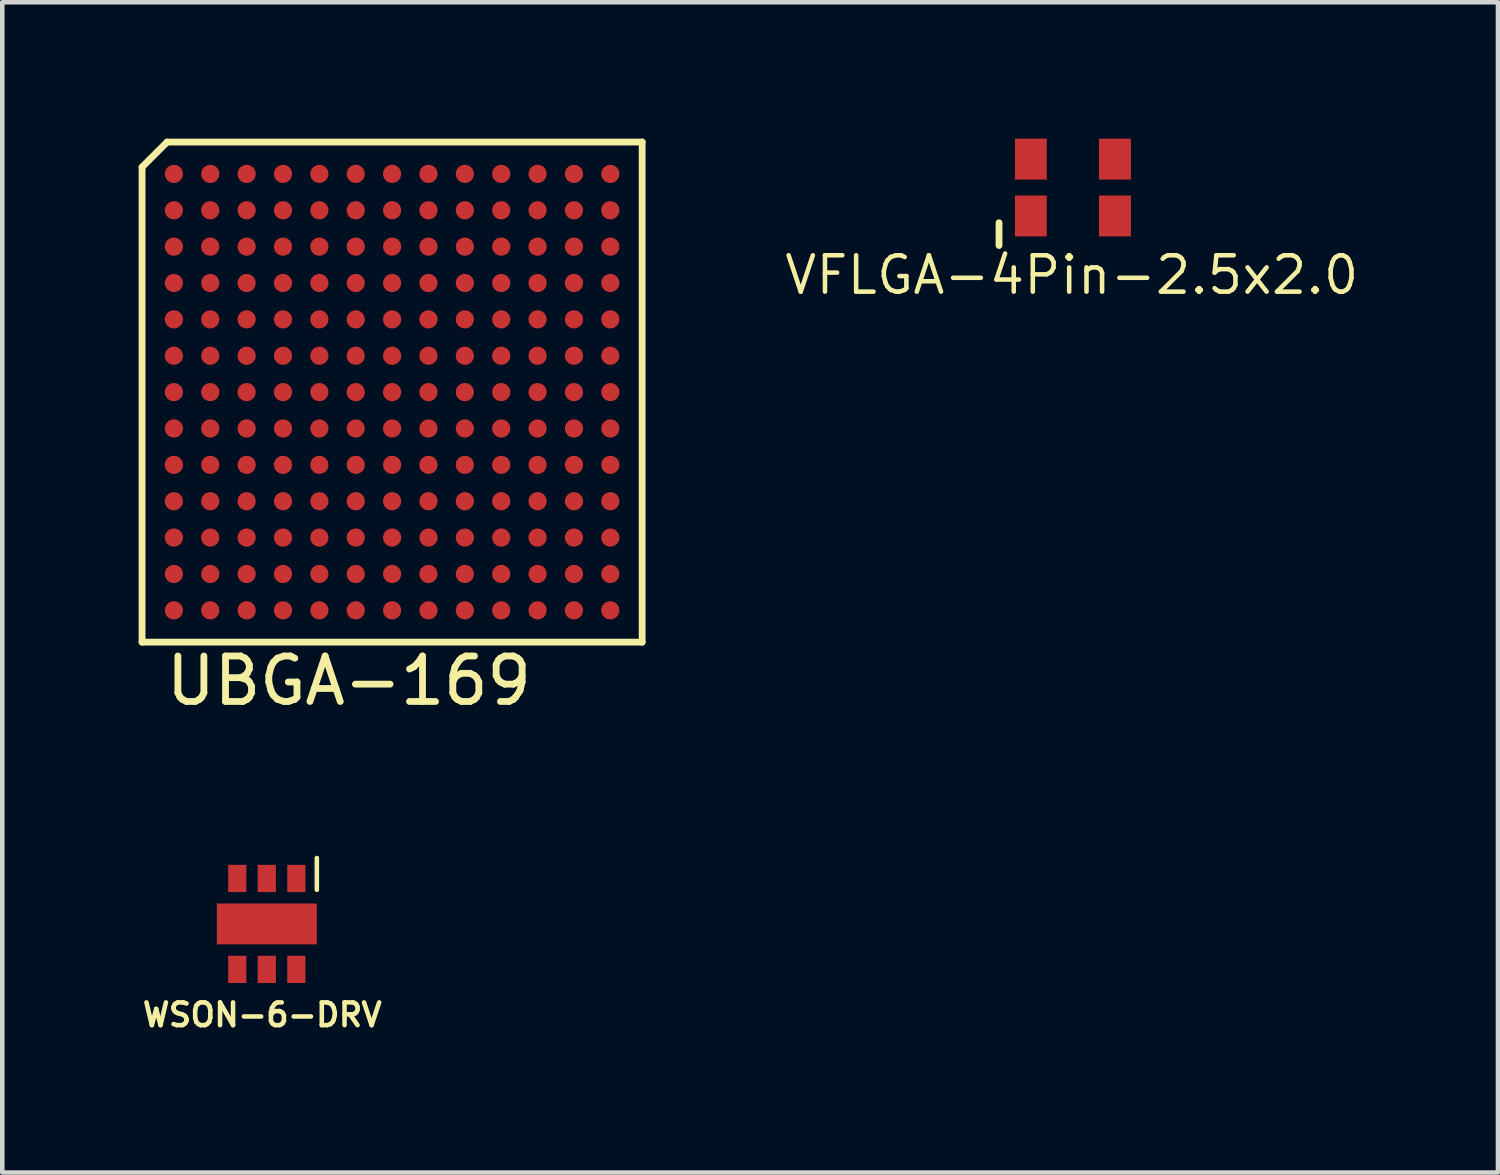
<source format=kicad_pcb>
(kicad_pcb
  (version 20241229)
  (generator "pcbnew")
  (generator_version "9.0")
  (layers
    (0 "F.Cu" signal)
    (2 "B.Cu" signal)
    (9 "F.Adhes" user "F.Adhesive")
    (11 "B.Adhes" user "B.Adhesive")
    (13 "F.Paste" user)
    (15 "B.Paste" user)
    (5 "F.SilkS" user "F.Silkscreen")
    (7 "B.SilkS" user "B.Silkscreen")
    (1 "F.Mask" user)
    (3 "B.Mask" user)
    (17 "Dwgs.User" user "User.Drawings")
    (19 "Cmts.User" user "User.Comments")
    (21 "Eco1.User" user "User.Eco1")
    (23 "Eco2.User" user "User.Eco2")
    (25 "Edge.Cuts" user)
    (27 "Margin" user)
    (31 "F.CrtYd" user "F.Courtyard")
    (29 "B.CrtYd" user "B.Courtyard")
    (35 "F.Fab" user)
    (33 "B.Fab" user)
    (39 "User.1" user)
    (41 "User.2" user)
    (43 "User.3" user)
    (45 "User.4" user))
  (footprint "UBGA-169"
    (layer "F.Cu")
    (at 4.625 2.025)
    (property "Reference" "UBGA-169" (at 0 9.9 0) (layer "F.SilkS") (effects (font (size 1 1) (thickness 0.15))))
    (attr through_hole)
    (fp_line (start -4.55 -1.4) (end -4.55 9.05) (stroke (width 0.15) (type solid)) (layer "F.SilkS"))
    (fp_line (start -4.55 9.05) (end 6.45 9.05) (stroke (width 0.15) (type solid)) (layer "F.SilkS"))
    (fp_line (start -4 -1.95) (end -4.55 -1.4) (stroke (width 0.15) (type solid)) (layer "F.SilkS"))
    (fp_line (start -4 -1.95) (end 6.45 -1.95) (stroke (width 0.15) (type solid)) (layer "F.SilkS"))
    (fp_line (start 6.45 -1.95) (end 6.45 9.05) (stroke (width 0.15) (type solid)) (layer "F.SilkS"))
    (pad "A1" smd oval (at -3.85 -1.25) (size 0.4 0.4) (layers "F.Cu" "F.Mask" "F.Paste"))
    (pad "A2" smd oval (at -3.05 -1.25) (size 0.4 0.4) (layers "F.Cu" "F.Mask" "F.Paste"))
    (pad "A3" smd oval (at -2.25 -1.25) (size 0.4 0.4) (layers "F.Cu" "F.Mask" "F.Paste"))
    (pad "A4" smd oval (at -1.45 -1.25) (size 0.4 0.4) (layers "F.Cu" "F.Mask" "F.Paste"))
    (pad "A5" smd oval (at -0.65 -1.25) (size 0.4 0.4) (layers "F.Cu" "F.Mask" "F.Paste"))
    (pad "A6" smd oval (at 0.15 -1.25) (size 0.4 0.4) (layers "F.Cu" "F.Mask" "F.Paste"))
    (pad "A7" smd oval (at 0.95 -1.25) (size 0.4 0.4) (layers "F.Cu" "F.Mask" "F.Paste"))
    (pad "A8" smd oval (at 1.75 -1.25) (size 0.4 0.4) (layers "F.Cu" "F.Mask" "F.Paste"))
    (pad "A9" smd oval (at 2.55 -1.25) (size 0.4 0.4) (layers "F.Cu" "F.Mask" "F.Paste"))
    (pad "A10" smd oval (at 3.35 -1.25) (size 0.4 0.4) (layers "F.Cu" "F.Mask" "F.Paste"))
    (pad "A11" smd oval (at 4.15 -1.25) (size 0.4 0.4) (layers "F.Cu" "F.Mask" "F.Paste"))
    (pad "A12" smd oval (at 4.95 -1.25) (size 0.4 0.4) (layers "F.Cu" "F.Mask" "F.Paste"))
    (pad "A13" smd oval (at 5.75 -1.25) (size 0.4 0.4) (layers "F.Cu" "F.Mask" "F.Paste"))
    (pad "B1" smd oval (at -3.85 -0.45) (size 0.4 0.4) (layers "F.Cu" "F.Mask" "F.Paste"))
    (pad "B2" smd oval (at -3.05 -0.45) (size 0.4 0.4) (layers "F.Cu" "F.Mask" "F.Paste"))
    (pad "B3" smd oval (at -2.25 -0.45) (size 0.4 0.4) (layers "F.Cu" "F.Mask" "F.Paste"))
    (pad "B4" smd oval (at -1.45 -0.45) (size 0.4 0.4) (layers "F.Cu" "F.Mask" "F.Paste"))
    (pad "B5" smd oval (at -0.65 -0.45) (size 0.4 0.4) (layers "F.Cu" "F.Mask" "F.Paste"))
    (pad "B6" smd oval (at 0.15 -0.45) (size 0.4 0.4) (layers "F.Cu" "F.Mask" "F.Paste"))
    (pad "B7" smd oval (at 0.95 -0.45) (size 0.4 0.4) (layers "F.Cu" "F.Mask" "F.Paste"))
    (pad "B8" smd oval (at 1.75 -0.45) (size 0.4 0.4) (layers "F.Cu" "F.Mask" "F.Paste"))
    (pad "B9" smd oval (at 2.55 -0.45) (size 0.4 0.4) (layers "F.Cu" "F.Mask" "F.Paste"))
    (pad "B10" smd oval (at 3.35 -0.45) (size 0.4 0.4) (layers "F.Cu" "F.Mask" "F.Paste"))
    (pad "B11" smd oval (at 4.15 -0.45) (size 0.4 0.4) (layers "F.Cu" "F.Mask" "F.Paste"))
    (pad "B12" smd oval (at 4.95 -0.45) (size 0.4 0.4) (layers "F.Cu" "F.Mask" "F.Paste"))
    (pad "B13" smd oval (at 5.75 -0.45) (size 0.4 0.4) (layers "F.Cu" "F.Mask" "F.Paste"))
    (pad "C1" smd oval (at -3.85 0.35) (size 0.4 0.4) (layers "F.Cu" "F.Mask" "F.Paste"))
    (pad "C2" smd oval (at -3.05 0.35) (size 0.4 0.4) (layers "F.Cu" "F.Mask" "F.Paste"))
    (pad "C3" smd oval (at -2.25 0.35) (size 0.4 0.4) (layers "F.Cu" "F.Mask" "F.Paste"))
    (pad "C4" smd oval (at -1.45 0.35) (size 0.4 0.4) (layers "F.Cu" "F.Mask" "F.Paste"))
    (pad "C5" smd oval (at -0.65 0.35) (size 0.4 0.4) (layers "F.Cu" "F.Mask" "F.Paste"))
    (pad "C6" smd oval (at 0.15 0.35) (size 0.4 0.4) (layers "F.Cu" "F.Mask" "F.Paste"))
    (pad "C7" smd oval (at 0.95 0.35) (size 0.4 0.4) (layers "F.Cu" "F.Mask" "F.Paste"))
    (pad "C8" smd oval (at 1.75 0.35) (size 0.4 0.4) (layers "F.Cu" "F.Mask" "F.Paste"))
    (pad "C9" smd oval (at 2.55 0.35) (size 0.4 0.4) (layers "F.Cu" "F.Mask" "F.Paste"))
    (pad "C10" smd oval (at 3.35 0.35) (size 0.4 0.4) (layers "F.Cu" "F.Mask" "F.Paste"))
    (pad "C11" smd oval (at 4.15 0.35) (size 0.4 0.4) (layers "F.Cu" "F.Mask" "F.Paste"))
    (pad "C12" smd oval (at 4.95 0.35) (size 0.4 0.4) (layers "F.Cu" "F.Mask" "F.Paste"))
    (pad "C13" smd oval (at 5.75 0.35) (size 0.4 0.4) (layers "F.Cu" "F.Mask" "F.Paste"))
    (pad "D1" smd oval (at -3.85 1.15) (size 0.4 0.4) (layers "F.Cu" "F.Mask" "F.Paste"))
    (pad "D2" smd oval (at -3.05 1.15) (size 0.4 0.4) (layers "F.Cu" "F.Mask" "F.Paste"))
    (pad "D3" smd oval (at -2.25 1.15) (size 0.4 0.4) (layers "F.Cu" "F.Mask" "F.Paste"))
    (pad "D4" smd oval (at -1.45 1.15) (size 0.4 0.4) (layers "F.Cu" "F.Mask" "F.Paste"))
    (pad "D5" smd oval (at -0.65 1.15) (size 0.4 0.4) (layers "F.Cu" "F.Mask" "F.Paste"))
    (pad "D6" smd oval (at 0.15 1.15) (size 0.4 0.4) (layers "F.Cu" "F.Mask" "F.Paste"))
    (pad "D7" smd oval (at 0.95 1.15) (size 0.4 0.4) (layers "F.Cu" "F.Mask" "F.Paste"))
    (pad "D8" smd oval (at 1.75 1.15) (size 0.4 0.4) (layers "F.Cu" "F.Mask" "F.Paste"))
    (pad "D9" smd oval (at 2.55 1.15) (size 0.4 0.4) (layers "F.Cu" "F.Mask" "F.Paste"))
    (pad "D10" smd oval (at 3.35 1.15) (size 0.4 0.4) (layers "F.Cu" "F.Mask" "F.Paste"))
    (pad "D11" smd oval (at 4.15 1.15) (size 0.4 0.4) (layers "F.Cu" "F.Mask" "F.Paste"))
    (pad "D12" smd oval (at 4.95 1.15) (size 0.4 0.4) (layers "F.Cu" "F.Mask" "F.Paste"))
    (pad "D13" smd oval (at 5.75 1.15) (size 0.4 0.4) (layers "F.Cu" "F.Mask" "F.Paste"))
    (pad "E1" smd oval (at -3.85 1.95) (size 0.4 0.4) (layers "F.Cu" "F.Mask" "F.Paste"))
    (pad "E2" smd oval (at -3.05 1.95) (size 0.4 0.4) (layers "F.Cu" "F.Mask" "F.Paste"))
    (pad "E3" smd oval (at -2.25 1.95) (size 0.4 0.4) (layers "F.Cu" "F.Mask" "F.Paste"))
    (pad "E4" smd oval (at -1.45 1.95) (size 0.4 0.4) (layers "F.Cu" "F.Mask" "F.Paste"))
    (pad "E5" smd oval (at -0.65 1.95) (size 0.4 0.4) (layers "F.Cu" "F.Mask" "F.Paste"))
    (pad "E6" smd oval (at 0.15 1.95) (size 0.4 0.4) (layers "F.Cu" "F.Mask" "F.Paste"))
    (pad "E7" smd oval (at 0.95 1.95) (size 0.4 0.4) (layers "F.Cu" "F.Mask" "F.Paste"))
    (pad "E8" smd oval (at 1.75 1.95) (size 0.4 0.4) (layers "F.Cu" "F.Mask" "F.Paste"))
    (pad "E9" smd oval (at 2.55 1.95) (size 0.4 0.4) (layers "F.Cu" "F.Mask" "F.Paste"))
    (pad "E10" smd oval (at 3.35 1.95) (size 0.4 0.4) (layers "F.Cu" "F.Mask" "F.Paste"))
    (pad "E11" smd oval (at 4.15 1.95) (size 0.4 0.4) (layers "F.Cu" "F.Mask" "F.Paste"))
    (pad "E12" smd oval (at 4.95 1.95) (size 0.4 0.4) (layers "F.Cu" "F.Mask" "F.Paste"))
    (pad "E13" smd oval (at 5.75 1.95) (size 0.4 0.4) (layers "F.Cu" "F.Mask" "F.Paste"))
    (pad "F1" smd oval (at -3.85 2.75) (size 0.4 0.4) (layers "F.Cu" "F.Mask" "F.Paste"))
    (pad "F2" smd oval (at -3.05 2.75) (size 0.4 0.4) (layers "F.Cu" "F.Mask" "F.Paste"))
    (pad "F3" smd oval (at -2.25 2.75) (size 0.4 0.4) (layers "F.Cu" "F.Mask" "F.Paste"))
    (pad "F4" smd oval (at -1.45 2.75) (size 0.4 0.4) (layers "F.Cu" "F.Mask" "F.Paste"))
    (pad "F5" smd oval (at -0.65 2.75) (size 0.4 0.4) (layers "F.Cu" "F.Mask" "F.Paste"))
    (pad "F6" smd oval (at 0.15 2.75) (size 0.4 0.4) (layers "F.Cu" "F.Mask" "F.Paste"))
    (pad "F7" smd oval (at 0.95 2.75) (size 0.4 0.4) (layers "F.Cu" "F.Mask" "F.Paste"))
    (pad "F8" smd oval (at 1.75 2.75) (size 0.4 0.4) (layers "F.Cu" "F.Mask" "F.Paste"))
    (pad "F9" smd oval (at 2.55 2.75) (size 0.4 0.4) (layers "F.Cu" "F.Mask" "F.Paste"))
    (pad "F10" smd oval (at 3.35 2.75) (size 0.4 0.4) (layers "F.Cu" "F.Mask" "F.Paste"))
    (pad "F11" smd oval (at 4.15 2.75) (size 0.4 0.4) (layers "F.Cu" "F.Mask" "F.Paste"))
    (pad "F12" smd oval (at 4.95 2.75) (size 0.4 0.4) (layers "F.Cu" "F.Mask" "F.Paste"))
    (pad "F13" smd oval (at 5.75 2.75) (size 0.4 0.4) (layers "F.Cu" "F.Mask" "F.Paste"))
    (pad "G1" smd oval (at -3.85 3.55) (size 0.4 0.4) (layers "F.Cu" "F.Mask" "F.Paste"))
    (pad "G2" smd oval (at -3.05 3.55) (size 0.4 0.4) (layers "F.Cu" "F.Mask" "F.Paste"))
    (pad "G3" smd oval (at -2.25 3.55) (size 0.4 0.4) (layers "F.Cu" "F.Mask" "F.Paste"))
    (pad "G4" smd oval (at -1.45 3.55) (size 0.4 0.4) (layers "F.Cu" "F.Mask" "F.Paste"))
    (pad "G5" smd oval (at -0.65 3.55) (size 0.4 0.4) (layers "F.Cu" "F.Mask" "F.Paste"))
    (pad "G6" smd oval (at 0.15 3.55) (size 0.4 0.4) (layers "F.Cu" "F.Mask" "F.Paste"))
    (pad "G7" smd oval (at 0.95 3.55) (size 0.4 0.4) (layers "F.Cu" "F.Mask" "F.Paste"))
    (pad "G8" smd oval (at 1.75 3.55) (size 0.4 0.4) (layers "F.Cu" "F.Mask" "F.Paste"))
    (pad "G9" smd oval (at 2.55 3.55) (size 0.4 0.4) (layers "F.Cu" "F.Mask" "F.Paste"))
    (pad "G10" smd oval (at 3.35 3.55) (size 0.4 0.4) (layers "F.Cu" "F.Mask" "F.Paste"))
    (pad "G11" smd oval (at 4.15 3.55) (size 0.4 0.4) (layers "F.Cu" "F.Mask" "F.Paste"))
    (pad "G12" smd oval (at 4.95 3.55) (size 0.4 0.4) (layers "F.Cu" "F.Mask" "F.Paste"))
    (pad "G13" smd oval (at 5.75 3.55) (size 0.4 0.4) (layers "F.Cu" "F.Mask" "F.Paste"))
    (pad "H1" smd oval (at -3.85 4.35) (size 0.4 0.4) (layers "F.Cu" "F.Mask" "F.Paste"))
    (pad "H2" smd oval (at -3.05 4.35) (size 0.4 0.4) (layers "F.Cu" "F.Mask" "F.Paste"))
    (pad "H3" smd oval (at -2.25 4.35) (size 0.4 0.4) (layers "F.Cu" "F.Mask" "F.Paste"))
    (pad "H4" smd oval (at -1.45 4.35) (size 0.4 0.4) (layers "F.Cu" "F.Mask" "F.Paste"))
    (pad "H5" smd oval (at -0.65 4.35) (size 0.4 0.4) (layers "F.Cu" "F.Mask" "F.Paste"))
    (pad "H6" smd oval (at 0.15 4.35) (size 0.4 0.4) (layers "F.Cu" "F.Mask" "F.Paste"))
    (pad "H7" smd oval (at 0.95 4.35) (size 0.4 0.4) (layers "F.Cu" "F.Mask" "F.Paste"))
    (pad "H8" smd oval (at 1.75 4.35) (size 0.4 0.4) (layers "F.Cu" "F.Mask" "F.Paste"))
    (pad "H9" smd oval (at 2.55 4.35) (size 0.4 0.4) (layers "F.Cu" "F.Mask" "F.Paste"))
    (pad "H10" smd oval (at 3.35 4.35) (size 0.4 0.4) (layers "F.Cu" "F.Mask" "F.Paste"))
    (pad "H11" smd oval (at 4.15 4.35) (size 0.4 0.4) (layers "F.Cu" "F.Mask" "F.Paste"))
    (pad "H12" smd oval (at 4.95 4.35) (size 0.4 0.4) (layers "F.Cu" "F.Mask" "F.Paste"))
    (pad "H13" smd oval (at 5.75 4.35) (size 0.4 0.4) (layers "F.Cu" "F.Mask" "F.Paste"))
    (pad "J1" smd oval (at -3.85 5.15) (size 0.4 0.4) (layers "F.Cu" "F.Mask" "F.Paste"))
    (pad "J2" smd oval (at -3.05 5.15) (size 0.4 0.4) (layers "F.Cu" "F.Mask" "F.Paste"))
    (pad "J3" smd oval (at -2.25 5.15) (size 0.4 0.4) (layers "F.Cu" "F.Mask" "F.Paste"))
    (pad "J4" smd oval (at -1.45 5.15) (size 0.4 0.4) (layers "F.Cu" "F.Mask" "F.Paste"))
    (pad "J5" smd oval (at -0.65 5.15) (size 0.4 0.4) (layers "F.Cu" "F.Mask" "F.Paste"))
    (pad "J6" smd oval (at 0.15 5.15) (size 0.4 0.4) (layers "F.Cu" "F.Mask" "F.Paste"))
    (pad "J7" smd oval (at 0.95 5.15) (size 0.4 0.4) (layers "F.Cu" "F.Mask" "F.Paste"))
    (pad "J8" smd oval (at 1.75 5.15) (size 0.4 0.4) (layers "F.Cu" "F.Mask" "F.Paste"))
    (pad "J9" smd oval (at 2.55 5.15) (size 0.4 0.4) (layers "F.Cu" "F.Mask" "F.Paste"))
    (pad "J10" smd oval (at 3.35 5.15) (size 0.4 0.4) (layers "F.Cu" "F.Mask" "F.Paste"))
    (pad "J11" smd oval (at 4.15 5.15) (size 0.4 0.4) (layers "F.Cu" "F.Mask" "F.Paste"))
    (pad "J12" smd oval (at 4.95 5.15) (size 0.4 0.4) (layers "F.Cu" "F.Mask" "F.Paste"))
    (pad "J13" smd oval (at 5.75 5.15) (size 0.4 0.4) (layers "F.Cu" "F.Mask" "F.Paste"))
    (pad "K1" smd oval (at -3.85 5.95) (size 0.4 0.4) (layers "F.Cu" "F.Mask" "F.Paste"))
    (pad "K2" smd oval (at -3.05 5.95) (size 0.4 0.4) (layers "F.Cu" "F.Mask" "F.Paste"))
    (pad "K3" smd oval (at -2.25 5.95) (size 0.4 0.4) (layers "F.Cu" "F.Mask" "F.Paste"))
    (pad "K4" smd oval (at -1.45 5.95) (size 0.4 0.4) (layers "F.Cu" "F.Mask" "F.Paste"))
    (pad "K5" smd oval (at -0.65 5.95) (size 0.4 0.4) (layers "F.Cu" "F.Mask" "F.Paste"))
    (pad "K6" smd oval (at 0.15 5.95) (size 0.4 0.4) (layers "F.Cu" "F.Mask" "F.Paste"))
    (pad "K7" smd oval (at 0.95 5.95) (size 0.4 0.4) (layers "F.Cu" "F.Mask" "F.Paste"))
    (pad "K8" smd oval (at 1.75 5.95) (size 0.4 0.4) (layers "F.Cu" "F.Mask" "F.Paste"))
    (pad "K9" smd oval (at 2.55 5.95) (size 0.4 0.4) (layers "F.Cu" "F.Mask" "F.Paste"))
    (pad "K10" smd oval (at 3.35 5.95) (size 0.4 0.4) (layers "F.Cu" "F.Mask" "F.Paste"))
    (pad "K11" smd oval (at 4.15 5.95) (size 0.4 0.4) (layers "F.Cu" "F.Mask" "F.Paste"))
    (pad "K12" smd oval (at 4.95 5.95) (size 0.4 0.4) (layers "F.Cu" "F.Mask" "F.Paste"))
    (pad "K13" smd oval (at 5.75 5.95) (size 0.4 0.4) (layers "F.Cu" "F.Mask" "F.Paste"))
    (pad "L1" smd oval (at -3.85 6.75) (size 0.4 0.4) (layers "F.Cu" "F.Mask" "F.Paste"))
    (pad "L2" smd oval (at -3.05 6.75) (size 0.4 0.4) (layers "F.Cu" "F.Mask" "F.Paste"))
    (pad "L3" smd oval (at -2.25 6.75) (size 0.4 0.4) (layers "F.Cu" "F.Mask" "F.Paste"))
    (pad "L4" smd oval (at -1.45 6.75) (size 0.4 0.4) (layers "F.Cu" "F.Mask" "F.Paste"))
    (pad "L5" smd oval (at -0.65 6.75) (size 0.4 0.4) (layers "F.Cu" "F.Mask" "F.Paste"))
    (pad "L6" smd oval (at 0.15 6.75) (size 0.4 0.4) (layers "F.Cu" "F.Mask" "F.Paste"))
    (pad "L7" smd oval (at 0.95 6.75) (size 0.4 0.4) (layers "F.Cu" "F.Mask" "F.Paste"))
    (pad "L8" smd oval (at 1.75 6.75) (size 0.4 0.4) (layers "F.Cu" "F.Mask" "F.Paste"))
    (pad "L9" smd oval (at 2.55 6.75) (size 0.4 0.4) (layers "F.Cu" "F.Mask" "F.Paste"))
    (pad "L10" smd oval (at 3.35 6.75) (size 0.4 0.4) (layers "F.Cu" "F.Mask" "F.Paste"))
    (pad "L11" smd oval (at 4.15 6.75) (size 0.4 0.4) (layers "F.Cu" "F.Mask" "F.Paste"))
    (pad "L12" smd oval (at 4.95 6.75) (size 0.4 0.4) (layers "F.Cu" "F.Mask" "F.Paste"))
    (pad "L13" smd oval (at 5.75 6.75) (size 0.4 0.4) (layers "F.Cu" "F.Mask" "F.Paste"))
    (pad "M1" smd oval (at -3.85 7.55) (size 0.4 0.4) (layers "F.Cu" "F.Mask" "F.Paste"))
    (pad "M2" smd oval (at -3.05 7.55) (size 0.4 0.4) (layers "F.Cu" "F.Mask" "F.Paste"))
    (pad "M3" smd oval (at -2.25 7.55) (size 0.4 0.4) (layers "F.Cu" "F.Mask" "F.Paste"))
    (pad "M4" smd oval (at -1.45 7.55) (size 0.4 0.4) (layers "F.Cu" "F.Mask" "F.Paste"))
    (pad "M5" smd oval (at -0.65 7.55) (size 0.4 0.4) (layers "F.Cu" "F.Mask" "F.Paste"))
    (pad "M6" smd oval (at 0.15 7.55) (size 0.4 0.4) (layers "F.Cu" "F.Mask" "F.Paste"))
    (pad "M7" smd oval (at 0.95 7.55) (size 0.4 0.4) (layers "F.Cu" "F.Mask" "F.Paste"))
    (pad "M8" smd oval (at 1.75 7.55) (size 0.4 0.4) (layers "F.Cu" "F.Mask" "F.Paste"))
    (pad "M9" smd oval (at 2.55 7.55) (size 0.4 0.4) (layers "F.Cu" "F.Mask" "F.Paste"))
    (pad "M10" smd oval (at 3.35 7.55) (size 0.4 0.4) (layers "F.Cu" "F.Mask" "F.Paste"))
    (pad "M11" smd oval (at 4.15 7.55) (size 0.4 0.4) (layers "F.Cu" "F.Mask" "F.Paste"))
    (pad "M12" smd oval (at 4.95 7.55) (size 0.4 0.4) (layers "F.Cu" "F.Mask" "F.Paste"))
    (pad "M13" smd oval (at 5.75 7.55) (size 0.4 0.4) (layers "F.Cu" "F.Mask" "F.Paste"))
    (pad "N1" smd oval (at -3.85 8.35) (size 0.4 0.4) (layers "F.Cu" "F.Mask" "F.Paste"))
    (pad "N2" smd oval (at -3.05 8.35) (size 0.4 0.4) (layers "F.Cu" "F.Mask" "F.Paste"))
    (pad "N3" smd oval (at -2.25 8.35) (size 0.4 0.4) (layers "F.Cu" "F.Mask" "F.Paste"))
    (pad "N4" smd oval (at -1.45 8.35) (size 0.4 0.4) (layers "F.Cu" "F.Mask" "F.Paste"))
    (pad "N5" smd oval (at -0.65 8.35) (size 0.4 0.4) (layers "F.Cu" "F.Mask" "F.Paste"))
    (pad "N6" smd oval (at 0.15 8.35) (size 0.4 0.4) (layers "F.Cu" "F.Mask" "F.Paste"))
    (pad "N7" smd oval (at 0.95 8.35) (size 0.4 0.4) (layers "F.Cu" "F.Mask" "F.Paste"))
    (pad "N8" smd oval (at 1.75 8.35) (size 0.4 0.4) (layers "F.Cu" "F.Mask" "F.Paste"))
    (pad "N9" smd oval (at 2.55 8.35) (size 0.4 0.4) (layers "F.Cu" "F.Mask" "F.Paste"))
    (pad "N10" smd oval (at 3.35 8.35) (size 0.4 0.4) (layers "F.Cu" "F.Mask" "F.Paste"))
    (pad "N11" smd oval (at 4.15 8.35) (size 0.4 0.4) (layers "F.Cu" "F.Mask" "F.Paste"))
    (pad "N12" smd oval (at 4.95 8.35) (size 0.4 0.4) (layers "F.Cu" "F.Mask" "F.Paste"))
    (pad "N13" smd oval (at 5.75 8.35) (size 0.4 0.4) (layers "F.Cu" "F.Mask" "F.Paste")))
  (footprint "WSON-6-DRV"
    (layer "F.Cu")
    (at 2.819 17.273)
    (property "Reference" "WSON-6-DRV" (at -0.1 2 0) (layer "F.SilkS") (effects (font (size 0.5 0.5) (thickness 0.1))))
    (attr through_hole)
    (fp_line (start 1.1 -1.45) (end 1.1 -0.75) (stroke (width 0.1) (type solid)) (layer "F.SilkS"))
    (pad "1" smd rect (at 0.65 -1) (size 0.4 0.6) (layers "F.Cu" "F.Mask" "F.Paste"))
    (pad "2" smd rect (at 0 -1) (size 0.4 0.6) (layers "F.Cu" "F.Mask" "F.Paste"))
    (pad "2" smd rect (at 0 0) (size 2.2 0.9) (layers "F.Cu" "F.Mask" "F.Paste"))
    (pad "3" smd rect (at -0.65 -1) (size 0.4 0.6) (layers "F.Cu" "F.Mask" "F.Paste"))
    (pad "4" smd rect (at -0.65 1) (size 0.4 0.6) (layers "F.Cu" "F.Mask" "F.Paste"))
    (pad "5" smd rect (at 0 1) (size 0.4 0.6) (layers "F.Cu" "F.Mask" "F.Paste"))
    (pad "6" smd rect (at 0.65 1) (size 0.4 0.6) (layers "F.Cu" "F.Mask" "F.Paste")))
  (footprint "VFLGA-4Pin-2.5x2.0"
    (layer "F.Cu")
    (at 20.525 1.1)
    (property "Reference" "VFLGA-4Pin-2.5x2.0" (at 0 1.9 0) (layer "F.SilkS") (effects (font (size 0.8 0.8) (thickness 0.1))))
    (attr through_hole)
    (fp_line (start -1.6 0.75) (end -1.6 1.25) (stroke (width 0.15) (type solid)) (layer "F.SilkS"))
    (pad "1" smd rect (at -0.9 0.6) (size 0.7 0.9) (layers "F.Cu" "F.Mask" "F.Paste"))
    (pad "2" smd rect (at 0.95 0.6) (size 0.7 0.9) (layers "F.Cu" "F.Mask" "F.Paste"))
    (pad "3" smd rect (at 0.95 -0.65) (size 0.7 0.9) (layers "F.Cu" "F.Mask" "F.Paste"))
    (pad "4" smd rect (at -0.9 -0.65) (size 0.7 0.9) (layers "F.Cu" "F.Mask" "F.Paste")))
  (gr_rect
    (start -3 -3)
    (end 29.9 22.741)
    (stroke (width 0.1) (type default))
    (fill no)
    (layer "Edge.Cuts")))
</source>
